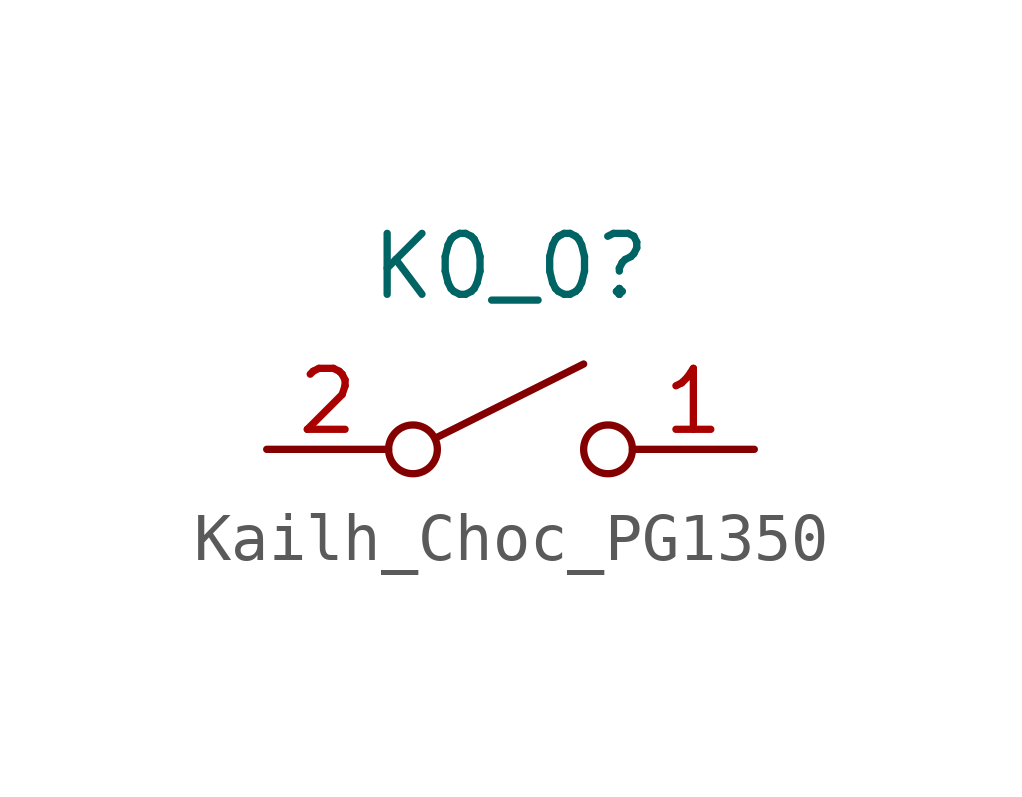
<source format=kicad_sym>
(kicad_symbol_lib
  (version 20220914)
  (generator kicad_symbol_editor)
  (symbol "Kailh_Choc_PG1350"
    (pin_names
      (offset 0) hide)
    (property "Reference" "K0_0"
      (at 0 3.81 0)
      (effects (font (size 1.27 1.27))))
    (symbol "Kailh_Choc_PG1350_0_0"
      (circle (center -2.032 0) (radius 0.508) (stroke (width 0) (type default)) (fill (type none)))
      (polyline (pts (xy -1.524 0.254) (xy 1.524 1.778)) (stroke (width 0) (type default)) (fill (type none)))
      (circle (center 2.032 0) (radius 0.508) (stroke (width 0) (type default)) (fill (type none))))
    (symbol "Kailh_Choc_PG1350_1_1"
      (pin passive line (at 5.08 0 180) (length 2.54) (name "A" (effects (font (size 1.27 1.27)))) (number "1" (effects (font (size 1.27 1.27)))))
      (pin passive line (at -5.08 0 0) (length 2.54) (name "B" (effects (font (size 1.27 1.27)))) (number "2" (effects (font (size 1.27 1.27))))))))
</source>
